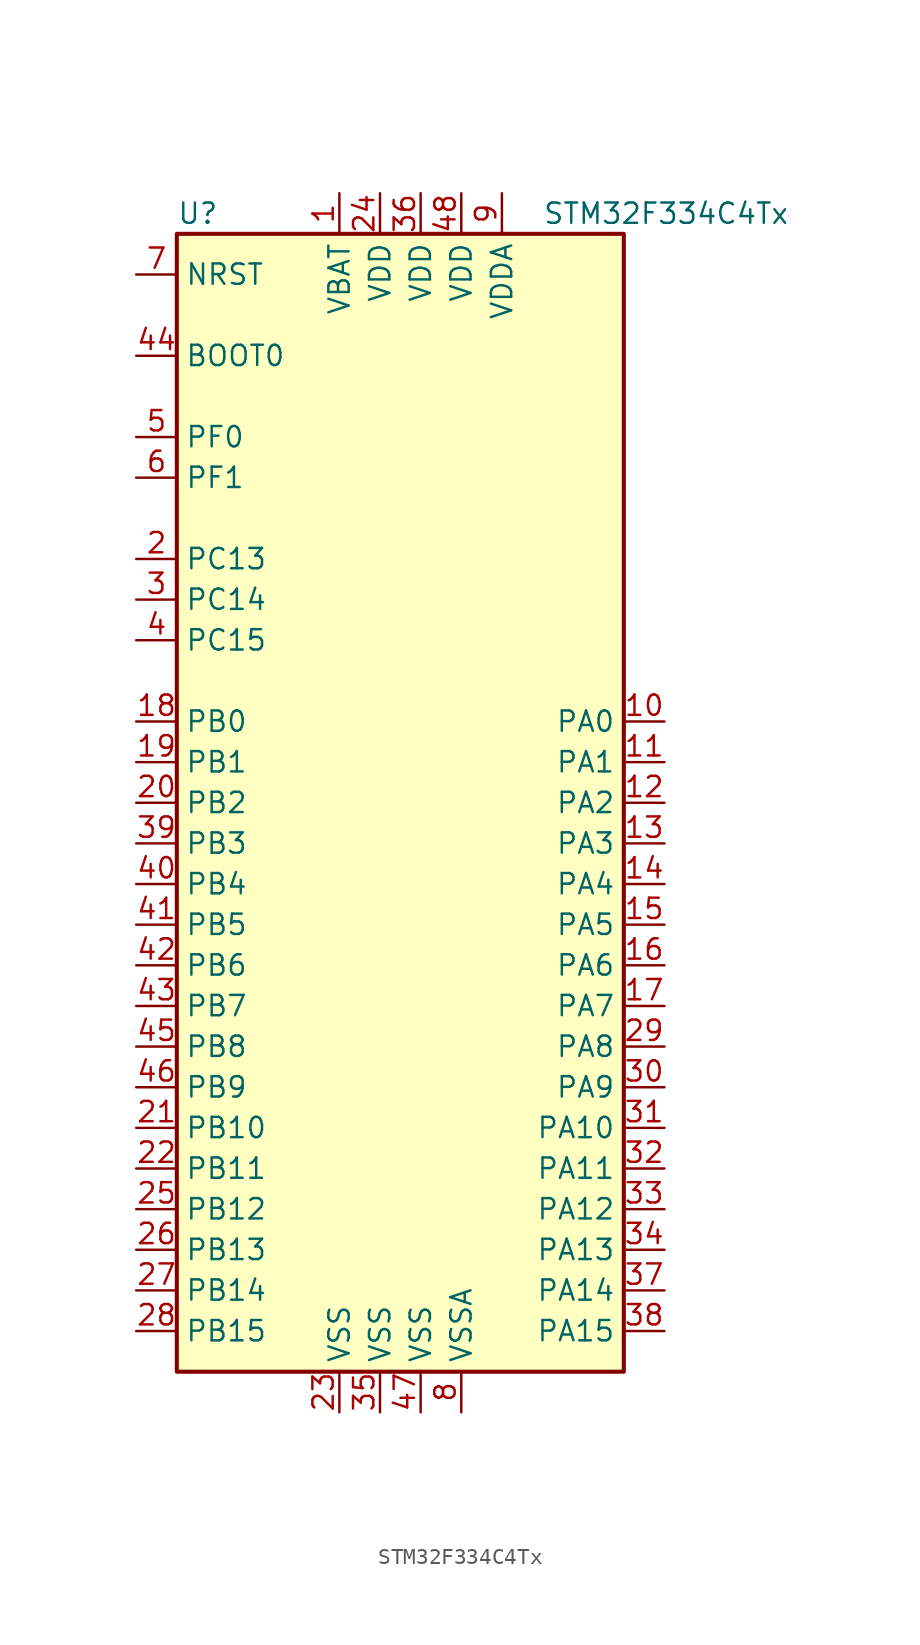
<source format=kicad_sym>
(kicad_symbol_lib
  (version 20211014)
  (generator kicad_symbol_editor)
  (symbol "STM32F334C4Tx"
    (property "Reference" "U"
      (at -15.24 36.83 0)
      (effects (font (size 1.27 1.27)) (justify left)))
    (property "Value" "STM32F334C4Tx"
      (at 7.62 36.83 0)
      (effects (font (size 1.27 1.27)) (justify left)))
    (symbol "STM32F334C4Tx_0_1"
      (rectangle (start -15.24 -35.56) (end 12.7 35.56) (stroke (width 0.254) (type default) (color 0 0 0 0)) (fill (type background))))
    (symbol "STM32F334C4Tx_1_1"
      (pin power_in line (at -5.08 38.1 270) (length 2.54) (name "VBAT" (effects (font (size 1.27 1.27)))) (number "1" (effects (font (size 1.27 1.27)))))
      (pin bidirectional line (at 15.24 5.08 180) (length 2.54) (name "PA0" (effects (font (size 1.27 1.27)))) (number "10" (effects (font (size 1.27 1.27)))))
      (pin bidirectional line (at 15.24 2.54 180) (length 2.54) (name "PA1" (effects (font (size 1.27 1.27)))) (number "11" (effects (font (size 1.27 1.27)))))
      (pin bidirectional line (at 15.24 0 180) (length 2.54) (name "PA2" (effects (font (size 1.27 1.27)))) (number "12" (effects (font (size 1.27 1.27)))))
      (pin bidirectional line (at 15.24 -2.54 180) (length 2.54) (name "PA3" (effects (font (size 1.27 1.27)))) (number "13" (effects (font (size 1.27 1.27)))))
      (pin bidirectional line (at 15.24 -5.08 180) (length 2.54) (name "PA4" (effects (font (size 1.27 1.27)))) (number "14" (effects (font (size 1.27 1.27)))))
      (pin bidirectional line (at 15.24 -7.62 180) (length 2.54) (name "PA5" (effects (font (size 1.27 1.27)))) (number "15" (effects (font (size 1.27 1.27)))))
      (pin bidirectional line (at 15.24 -10.16 180) (length 2.54) (name "PA6" (effects (font (size 1.27 1.27)))) (number "16" (effects (font (size 1.27 1.27)))))
      (pin bidirectional line (at 15.24 -12.7 180) (length 2.54) (name "PA7" (effects (font (size 1.27 1.27)))) (number "17" (effects (font (size 1.27 1.27)))))
      (pin bidirectional line (at -17.78 5.08 0) (length 2.54) (name "PB0" (effects (font (size 1.27 1.27)))) (number "18" (effects (font (size 1.27 1.27)))))
      (pin bidirectional line (at -17.78 2.54 0) (length 2.54) (name "PB1" (effects (font (size 1.27 1.27)))) (number "19" (effects (font (size 1.27 1.27)))))
      (pin bidirectional line (at -17.78 15.24 0) (length 2.54) (name "PC13" (effects (font (size 1.27 1.27)))) (number "2" (effects (font (size 1.27 1.27)))))
      (pin bidirectional line (at -17.78 0 0) (length 2.54) (name "PB2" (effects (font (size 1.27 1.27)))) (number "20" (effects (font (size 1.27 1.27)))))
      (pin bidirectional line (at -17.78 -20.32 0) (length 2.54) (name "PB10" (effects (font (size 1.27 1.27)))) (number "21" (effects (font (size 1.27 1.27)))))
      (pin bidirectional line (at -17.78 -22.86 0) (length 2.54) (name "PB11" (effects (font (size 1.27 1.27)))) (number "22" (effects (font (size 1.27 1.27)))))
      (pin power_in line (at -5.08 -38.1 90) (length 2.54) (name "VSS" (effects (font (size 1.27 1.27)))) (number "23" (effects (font (size 1.27 1.27)))))
      (pin power_in line (at -2.54 38.1 270) (length 2.54) (name "VDD" (effects (font (size 1.27 1.27)))) (number "24" (effects (font (size 1.27 1.27)))))
      (pin bidirectional line (at -17.78 -25.4 0) (length 2.54) (name "PB12" (effects (font (size 1.27 1.27)))) (number "25" (effects (font (size 1.27 1.27)))))
      (pin bidirectional line (at -17.78 -27.94 0) (length 2.54) (name "PB13" (effects (font (size 1.27 1.27)))) (number "26" (effects (font (size 1.27 1.27)))))
      (pin bidirectional line (at -17.78 -30.48 0) (length 2.54) (name "PB14" (effects (font (size 1.27 1.27)))) (number "27" (effects (font (size 1.27 1.27)))))
      (pin bidirectional line (at -17.78 -33.02 0) (length 2.54) (name "PB15" (effects (font (size 1.27 1.27)))) (number "28" (effects (font (size 1.27 1.27)))))
      (pin bidirectional line (at 15.24 -15.24 180) (length 2.54) (name "PA8" (effects (font (size 1.27 1.27)))) (number "29" (effects (font (size 1.27 1.27)))))
      (pin bidirectional line (at -17.78 12.7 0) (length 2.54) (name "PC14" (effects (font (size 1.27 1.27)))) (number "3" (effects (font (size 1.27 1.27)))))
      (pin bidirectional line (at 15.24 -17.78 180) (length 2.54) (name "PA9" (effects (font (size 1.27 1.27)))) (number "30" (effects (font (size 1.27 1.27)))))
      (pin bidirectional line (at 15.24 -20.32 180) (length 2.54) (name "PA10" (effects (font (size 1.27 1.27)))) (number "31" (effects (font (size 1.27 1.27)))))
      (pin bidirectional line (at 15.24 -22.86 180) (length 2.54) (name "PA11" (effects (font (size 1.27 1.27)))) (number "32" (effects (font (size 1.27 1.27)))))
      (pin bidirectional line (at 15.24 -25.4 180) (length 2.54) (name "PA12" (effects (font (size 1.27 1.27)))) (number "33" (effects (font (size 1.27 1.27)))))
      (pin bidirectional line (at 15.24 -27.94 180) (length 2.54) (name "PA13" (effects (font (size 1.27 1.27)))) (number "34" (effects (font (size 1.27 1.27)))))
      (pin power_in line (at -2.54 -38.1 90) (length 2.54) (name "VSS" (effects (font (size 1.27 1.27)))) (number "35" (effects (font (size 1.27 1.27)))))
      (pin power_in line (at 0 38.1 270) (length 2.54) (name "VDD" (effects (font (size 1.27 1.27)))) (number "36" (effects (font (size 1.27 1.27)))))
      (pin bidirectional line (at 15.24 -30.48 180) (length 2.54) (name "PA14" (effects (font (size 1.27 1.27)))) (number "37" (effects (font (size 1.27 1.27)))))
      (pin bidirectional line (at 15.24 -33.02 180) (length 2.54) (name "PA15" (effects (font (size 1.27 1.27)))) (number "38" (effects (font (size 1.27 1.27)))))
      (pin bidirectional line (at -17.78 -2.54 0) (length 2.54) (name "PB3" (effects (font (size 1.27 1.27)))) (number "39" (effects (font (size 1.27 1.27)))))
      (pin bidirectional line (at -17.78 10.16 0) (length 2.54) (name "PC15" (effects (font (size 1.27 1.27)))) (number "4" (effects (font (size 1.27 1.27)))))
      (pin bidirectional line (at -17.78 -5.08 0) (length 2.54) (name "PB4" (effects (font (size 1.27 1.27)))) (number "40" (effects (font (size 1.27 1.27)))))
      (pin bidirectional line (at -17.78 -7.62 0) (length 2.54) (name "PB5" (effects (font (size 1.27 1.27)))) (number "41" (effects (font (size 1.27 1.27)))))
      (pin bidirectional line (at -17.78 -10.16 0) (length 2.54) (name "PB6" (effects (font (size 1.27 1.27)))) (number "42" (effects (font (size 1.27 1.27)))))
      (pin bidirectional line (at -17.78 -12.7 0) (length 2.54) (name "PB7" (effects (font (size 1.27 1.27)))) (number "43" (effects (font (size 1.27 1.27)))))
      (pin input line (at -17.78 27.94 0) (length 2.54) (name "BOOT0" (effects (font (size 1.27 1.27)))) (number "44" (effects (font (size 1.27 1.27)))))
      (pin bidirectional line (at -17.78 -15.24 0) (length 2.54) (name "PB8" (effects (font (size 1.27 1.27)))) (number "45" (effects (font (size 1.27 1.27)))))
      (pin bidirectional line (at -17.78 -17.78 0) (length 2.54) (name "PB9" (effects (font (size 1.27 1.27)))) (number "46" (effects (font (size 1.27 1.27)))))
      (pin power_in line (at 0 -38.1 90) (length 2.54) (name "VSS" (effects (font (size 1.27 1.27)))) (number "47" (effects (font (size 1.27 1.27)))))
      (pin power_in line (at 2.54 38.1 270) (length 2.54) (name "VDD" (effects (font (size 1.27 1.27)))) (number "48" (effects (font (size 1.27 1.27)))))
      (pin input line (at -17.78 22.86 0) (length 2.54) (name "PF0" (effects (font (size 1.27 1.27)))) (number "5" (effects (font (size 1.27 1.27)))))
      (pin input line (at -17.78 20.32 0) (length 2.54) (name "PF1" (effects (font (size 1.27 1.27)))) (number "6" (effects (font (size 1.27 1.27)))))
      (pin input line (at -17.78 33.02 0) (length 2.54) (name "NRST" (effects (font (size 1.27 1.27)))) (number "7" (effects (font (size 1.27 1.27)))))
      (pin power_in line (at 2.54 -38.1 90) (length 2.54) (name "VSSA" (effects (font (size 1.27 1.27)))) (number "8" (effects (font (size 1.27 1.27)))))
      (pin power_in line (at 5.08 38.1 270) (length 2.54) (name "VDDA" (effects (font (size 1.27 1.27)))) (number "9" (effects (font (size 1.27 1.27))))))))
</source>
